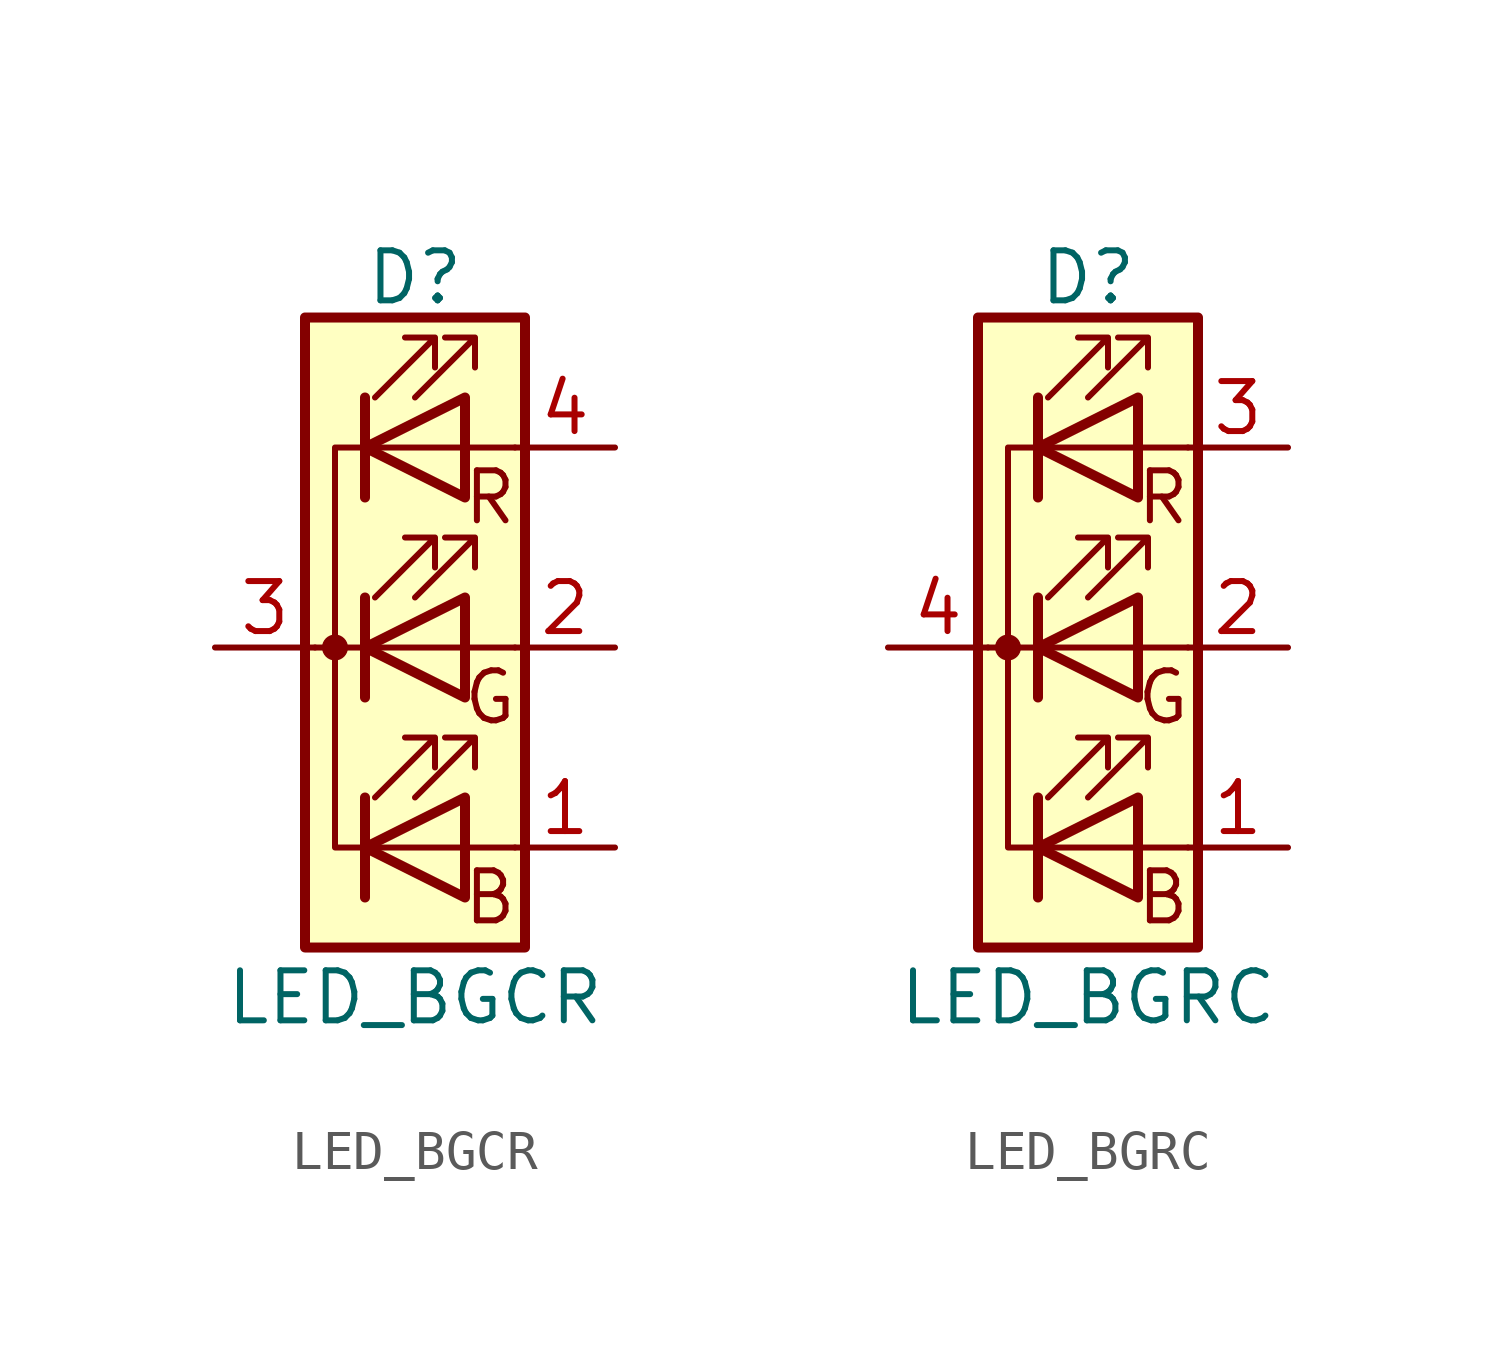
<source format=kicad_sym>
(kicad_symbol_lib
  (version 20211014)
  (generator kicad_symbol_editor)
  (symbol "LED_BGCR"
    (pin_names
      (offset 0) hide)
    (property "Reference" "D"
      (at 0 9.398 0)
      (effects (font (size 1.27 1.27))))
    (property "Value" "LED_BGCR"
      (at 0 -8.89 0)
      (effects (font (size 1.27 1.27))))
    (symbol "LED_BGCR_0_0"
      (text "B" (at 1.905 -6.35 0) (effects (font (size 1.27 1.27))))
      (text "G" (at 1.905 -1.27 0) (effects (font (size 1.27 1.27))))
      (text "R" (at 1.905 3.81 0) (effects (font (size 1.27 1.27)))))
    (symbol "LED_BGCR_0_1"
      (circle (center -2.032 0) (radius 0.254) (stroke (width 0) (type default) (color 0 0 0 0)) (fill (type outline)))
      (polyline (pts (xy -1.27 -5.08) (xy 1.27 -5.08)) (stroke (width 0) (type default) (color 0 0 0 0)) (fill (type none)))
      (polyline (pts (xy -1.27 -3.81) (xy -1.27 -6.35)) (stroke (width 0.254) (type default) (color 0 0 0 0)) (fill (type none)))
      (polyline (pts (xy -1.27 0) (xy -2.54 0)) (stroke (width 0) (type default) (color 0 0 0 0)) (fill (type none)))
      (polyline (pts (xy -1.27 1.27) (xy -1.27 -1.27)) (stroke (width 0.254) (type default) (color 0 0 0 0)) (fill (type none)))
      (polyline (pts (xy -1.27 5.08) (xy 1.27 5.08)) (stroke (width 0) (type default) (color 0 0 0 0)) (fill (type none)))
      (polyline (pts (xy -1.27 6.35) (xy -1.27 3.81)) (stroke (width 0.254) (type default) (color 0 0 0 0)) (fill (type none)))
      (polyline (pts (xy 1.27 -5.08) (xy 2.54 -5.08)) (stroke (width 0) (type default) (color 0 0 0 0)) (fill (type none)))
      (polyline (pts (xy 1.27 0) (xy -1.27 0)) (stroke (width 0) (type default) (color 0 0 0 0)) (fill (type none)))
      (polyline (pts (xy 1.27 0) (xy 2.54 0)) (stroke (width 0) (type default) (color 0 0 0 0)) (fill (type none)))
      (polyline (pts (xy 1.27 5.08) (xy 2.54 5.08)) (stroke (width 0) (type default) (color 0 0 0 0)) (fill (type none)))
      (polyline (pts (xy -1.27 1.27) (xy -1.27 -1.27) (xy -1.27 -1.27)) (stroke (width 0) (type default) (color 0 0 0 0)) (fill (type none)))
      (polyline (pts (xy -1.27 6.35) (xy -1.27 3.81) (xy -1.27 3.81)) (stroke (width 0) (type default) (color 0 0 0 0)) (fill (type none)))
      (polyline (pts (xy -1.27 5.08) (xy -2.032 5.08) (xy -2.032 -5.08) (xy -1.016 -5.08)) (stroke (width 0) (type default) (color 0 0 0 0)) (fill (type none)))
      (polyline (pts (xy 1.27 -3.81) (xy 1.27 -6.35) (xy -1.27 -5.08) (xy 1.27 -3.81)) (stroke (width 0.254) (type default) (color 0 0 0 0)) (fill (type none)))
      (polyline (pts (xy 1.27 1.27) (xy 1.27 -1.27) (xy -1.27 0) (xy 1.27 1.27)) (stroke (width 0.254) (type default) (color 0 0 0 0)) (fill (type none)))
      (polyline (pts (xy 1.27 6.35) (xy 1.27 3.81) (xy -1.27 5.08) (xy 1.27 6.35)) (stroke (width 0.254) (type default) (color 0 0 0 0)) (fill (type none)))
      (polyline (pts (xy -1.016 -3.81) (xy 0.508 -2.286) (xy -0.254 -2.286) (xy 0.508 -2.286) (xy 0.508 -3.048)) (stroke (width 0) (type default) (color 0 0 0 0)) (fill (type none)))
      (polyline (pts (xy -1.016 1.27) (xy 0.508 2.794) (xy -0.254 2.794) (xy 0.508 2.794) (xy 0.508 2.032)) (stroke (width 0) (type default) (color 0 0 0 0)) (fill (type none)))
      (polyline (pts (xy -1.016 6.35) (xy 0.508 7.874) (xy -0.254 7.874) (xy 0.508 7.874) (xy 0.508 7.112)) (stroke (width 0) (type default) (color 0 0 0 0)) (fill (type none)))
      (polyline (pts (xy 0 -3.81) (xy 1.524 -2.286) (xy 0.762 -2.286) (xy 1.524 -2.286) (xy 1.524 -3.048)) (stroke (width 0) (type default) (color 0 0 0 0)) (fill (type none)))
      (polyline (pts (xy 0 1.27) (xy 1.524 2.794) (xy 0.762 2.794) (xy 1.524 2.794) (xy 1.524 2.032)) (stroke (width 0) (type default) (color 0 0 0 0)) (fill (type none)))
      (polyline (pts (xy 0 6.35) (xy 1.524 7.874) (xy 0.762 7.874) (xy 1.524 7.874) (xy 1.524 7.112)) (stroke (width 0) (type default) (color 0 0 0 0)) (fill (type none)))
      (rectangle (start 1.27 -1.27) (end 1.27 1.27) (stroke (width 0) (type default) (color 0 0 0 0)) (fill (type none)))
      (rectangle (start 1.27 1.27) (end 1.27 1.27) (stroke (width 0) (type default) (color 0 0 0 0)) (fill (type none)))
      (rectangle (start 1.27 3.81) (end 1.27 6.35) (stroke (width 0) (type default) (color 0 0 0 0)) (fill (type none)))
      (rectangle (start 1.27 6.35) (end 1.27 6.35) (stroke (width 0) (type default) (color 0 0 0 0)) (fill (type none)))
      (rectangle (start 2.794 8.382) (end -2.794 -7.62) (stroke (width 0.254) (type default) (color 0 0 0 0)) (fill (type background))))
    (symbol "LED_BGCR_1_1"
      (pin passive line (at 5.08 -5.08 180) (length 2.54) (name "BA" (effects (font (size 1.27 1.27)))) (number "1" (effects (font (size 1.27 1.27)))))
      (pin passive line (at 5.08 0 180) (length 2.54) (name "GA" (effects (font (size 1.27 1.27)))) (number "2" (effects (font (size 1.27 1.27)))))
      (pin passive line (at -5.08 0 0) (length 2.54) (name "K" (effects (font (size 1.27 1.27)))) (number "3" (effects (font (size 1.27 1.27)))))
      (pin passive line (at 5.08 5.08 180) (length 2.54) (name "RA" (effects (font (size 1.27 1.27)))) (number "4" (effects (font (size 1.27 1.27)))))))
  (symbol "LED_BGRC"
    (pin_names
      (offset 0) hide)
    (property "Reference" "D"
      (at 0 9.398 0)
      (effects (font (size 1.27 1.27))))
    (property "Value" "LED_BGRC"
      (at 0 -8.89 0)
      (effects (font (size 1.27 1.27))))
    (symbol "LED_BGRC_0_0"
      (text "B" (at 1.905 -6.35 0) (effects (font (size 1.27 1.27))))
      (text "G" (at 1.905 -1.27 0) (effects (font (size 1.27 1.27))))
      (text "R" (at 1.905 3.81 0) (effects (font (size 1.27 1.27)))))
    (symbol "LED_BGRC_0_1"
      (circle (center -2.032 0) (radius 0.254) (stroke (width 0) (type default) (color 0 0 0 0)) (fill (type outline)))
      (polyline (pts (xy -1.27 -5.08) (xy 1.27 -5.08)) (stroke (width 0) (type default) (color 0 0 0 0)) (fill (type none)))
      (polyline (pts (xy -1.27 -3.81) (xy -1.27 -6.35)) (stroke (width 0.254) (type default) (color 0 0 0 0)) (fill (type none)))
      (polyline (pts (xy -1.27 0) (xy -2.54 0)) (stroke (width 0) (type default) (color 0 0 0 0)) (fill (type none)))
      (polyline (pts (xy -1.27 1.27) (xy -1.27 -1.27)) (stroke (width 0.254) (type default) (color 0 0 0 0)) (fill (type none)))
      (polyline (pts (xy -1.27 5.08) (xy 1.27 5.08)) (stroke (width 0) (type default) (color 0 0 0 0)) (fill (type none)))
      (polyline (pts (xy -1.27 6.35) (xy -1.27 3.81)) (stroke (width 0.254) (type default) (color 0 0 0 0)) (fill (type none)))
      (polyline (pts (xy 1.27 -5.08) (xy 2.54 -5.08)) (stroke (width 0) (type default) (color 0 0 0 0)) (fill (type none)))
      (polyline (pts (xy 1.27 0) (xy -1.27 0)) (stroke (width 0) (type default) (color 0 0 0 0)) (fill (type none)))
      (polyline (pts (xy 1.27 0) (xy 2.54 0)) (stroke (width 0) (type default) (color 0 0 0 0)) (fill (type none)))
      (polyline (pts (xy 1.27 5.08) (xy 2.54 5.08)) (stroke (width 0) (type default) (color 0 0 0 0)) (fill (type none)))
      (polyline (pts (xy -1.27 1.27) (xy -1.27 -1.27) (xy -1.27 -1.27)) (stroke (width 0) (type default) (color 0 0 0 0)) (fill (type none)))
      (polyline (pts (xy -1.27 6.35) (xy -1.27 3.81) (xy -1.27 3.81)) (stroke (width 0) (type default) (color 0 0 0 0)) (fill (type none)))
      (polyline (pts (xy -1.27 5.08) (xy -2.032 5.08) (xy -2.032 -5.08) (xy -1.016 -5.08)) (stroke (width 0) (type default) (color 0 0 0 0)) (fill (type none)))
      (polyline (pts (xy 1.27 -3.81) (xy 1.27 -6.35) (xy -1.27 -5.08) (xy 1.27 -3.81)) (stroke (width 0.254) (type default) (color 0 0 0 0)) (fill (type none)))
      (polyline (pts (xy 1.27 1.27) (xy 1.27 -1.27) (xy -1.27 0) (xy 1.27 1.27)) (stroke (width 0.254) (type default) (color 0 0 0 0)) (fill (type none)))
      (polyline (pts (xy 1.27 6.35) (xy 1.27 3.81) (xy -1.27 5.08) (xy 1.27 6.35)) (stroke (width 0.254) (type default) (color 0 0 0 0)) (fill (type none)))
      (polyline (pts (xy -1.016 -3.81) (xy 0.508 -2.286) (xy -0.254 -2.286) (xy 0.508 -2.286) (xy 0.508 -3.048)) (stroke (width 0) (type default) (color 0 0 0 0)) (fill (type none)))
      (polyline (pts (xy -1.016 1.27) (xy 0.508 2.794) (xy -0.254 2.794) (xy 0.508 2.794) (xy 0.508 2.032)) (stroke (width 0) (type default) (color 0 0 0 0)) (fill (type none)))
      (polyline (pts (xy -1.016 6.35) (xy 0.508 7.874) (xy -0.254 7.874) (xy 0.508 7.874) (xy 0.508 7.112)) (stroke (width 0) (type default) (color 0 0 0 0)) (fill (type none)))
      (polyline (pts (xy 0 -3.81) (xy 1.524 -2.286) (xy 0.762 -2.286) (xy 1.524 -2.286) (xy 1.524 -3.048)) (stroke (width 0) (type default) (color 0 0 0 0)) (fill (type none)))
      (polyline (pts (xy 0 1.27) (xy 1.524 2.794) (xy 0.762 2.794) (xy 1.524 2.794) (xy 1.524 2.032)) (stroke (width 0) (type default) (color 0 0 0 0)) (fill (type none)))
      (polyline (pts (xy 0 6.35) (xy 1.524 7.874) (xy 0.762 7.874) (xy 1.524 7.874) (xy 1.524 7.112)) (stroke (width 0) (type default) (color 0 0 0 0)) (fill (type none)))
      (rectangle (start 1.27 -1.27) (end 1.27 1.27) (stroke (width 0) (type default) (color 0 0 0 0)) (fill (type none)))
      (rectangle (start 1.27 1.27) (end 1.27 1.27) (stroke (width 0) (type default) (color 0 0 0 0)) (fill (type none)))
      (rectangle (start 1.27 3.81) (end 1.27 6.35) (stroke (width 0) (type default) (color 0 0 0 0)) (fill (type none)))
      (rectangle (start 1.27 6.35) (end 1.27 6.35) (stroke (width 0) (type default) (color 0 0 0 0)) (fill (type none)))
      (rectangle (start 2.794 8.382) (end -2.794 -7.62) (stroke (width 0.254) (type default) (color 0 0 0 0)) (fill (type background))))
    (symbol "LED_BGRC_1_1"
      (pin passive line (at 5.08 -5.08 180) (length 2.54) (name "BA" (effects (font (size 1.27 1.27)))) (number "1" (effects (font (size 1.27 1.27)))))
      (pin passive line (at 5.08 0 180) (length 2.54) (name "GA" (effects (font (size 1.27 1.27)))) (number "2" (effects (font (size 1.27 1.27)))))
      (pin passive line (at 5.08 5.08 180) (length 2.54) (name "RA" (effects (font (size 1.27 1.27)))) (number "3" (effects (font (size 1.27 1.27)))))
      (pin passive line (at -5.08 0 0) (length 2.54) (name "K" (effects (font (size 1.27 1.27)))) (number "4" (effects (font (size 1.27 1.27))))))))
</source>
